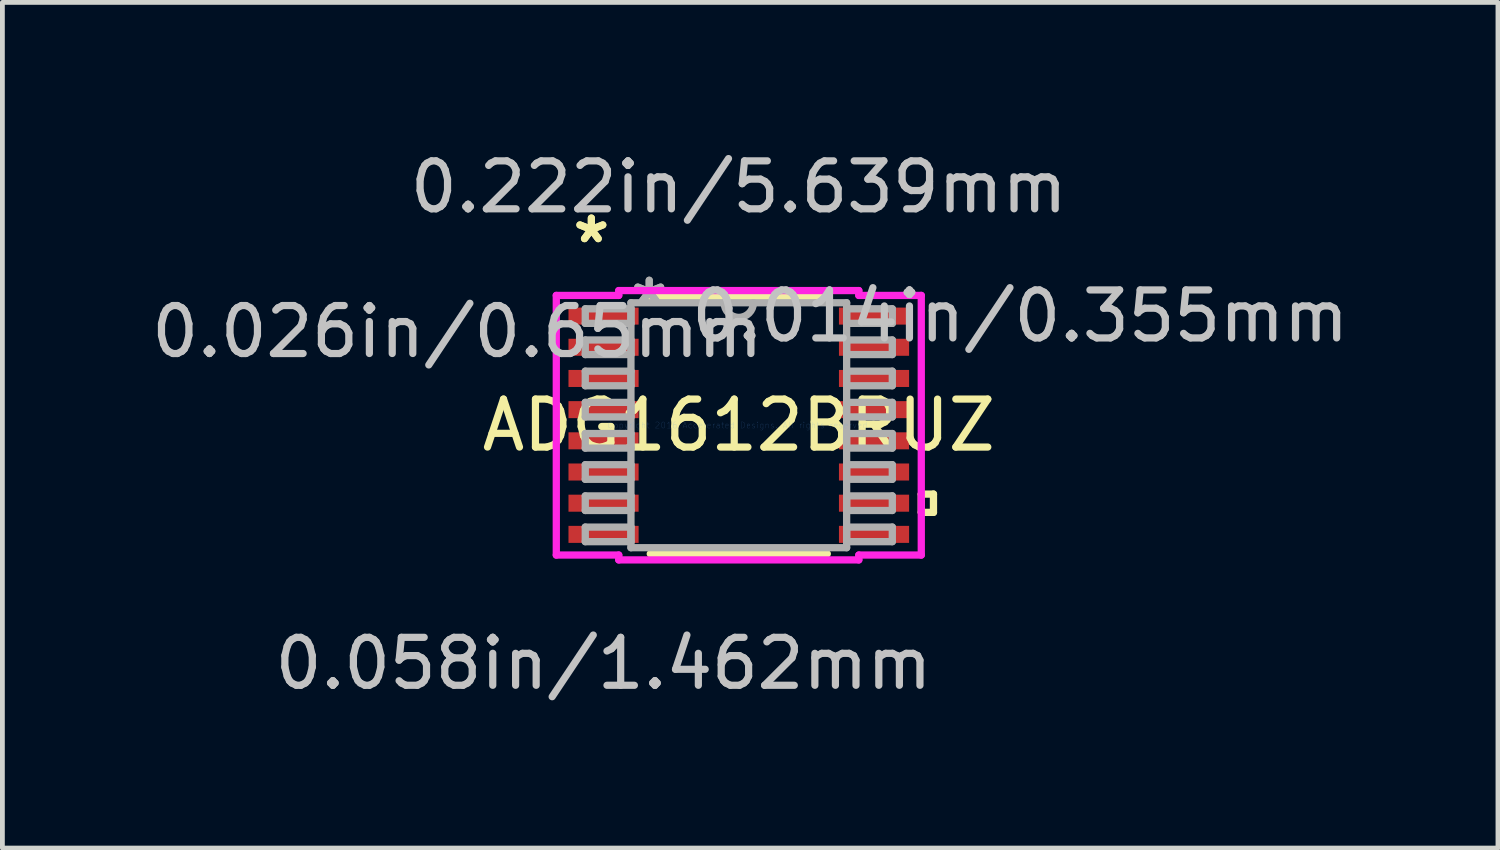
<source format=kicad_pcb>
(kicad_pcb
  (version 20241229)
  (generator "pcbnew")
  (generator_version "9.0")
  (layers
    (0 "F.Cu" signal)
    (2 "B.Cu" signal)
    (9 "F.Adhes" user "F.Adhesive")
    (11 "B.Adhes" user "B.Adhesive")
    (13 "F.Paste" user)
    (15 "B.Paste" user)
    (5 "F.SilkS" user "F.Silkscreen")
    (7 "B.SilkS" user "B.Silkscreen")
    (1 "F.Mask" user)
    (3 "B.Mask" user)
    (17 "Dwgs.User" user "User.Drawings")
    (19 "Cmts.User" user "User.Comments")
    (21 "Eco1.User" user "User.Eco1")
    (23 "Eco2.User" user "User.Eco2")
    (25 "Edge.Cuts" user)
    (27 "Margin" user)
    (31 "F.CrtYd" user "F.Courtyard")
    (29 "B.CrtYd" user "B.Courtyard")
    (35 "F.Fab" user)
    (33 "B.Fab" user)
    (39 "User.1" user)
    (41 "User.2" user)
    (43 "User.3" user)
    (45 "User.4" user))
  (footprint "ADG1612BRUZ"
    (layer "F.Cu")
    (at 12.35 5.814)
    (property "Reference" "ADG1612BRUZ" (at 0 0 0) (layer "F.SilkS") (effects (font (size 1 1) (thickness 0.15))))
    (attr through_hole)
    (fp_line (start -1.845 2.68) (end 1.845 2.68) (stroke (width 0.152) (type solid)) (layer "F.SilkS"))
    (fp_line (start 1.845 -2.68) (end -1.845 -2.68) (stroke (width 0.152) (type solid)) (layer "F.SilkS"))
    (fp_line (start 3.804 1.435) (end 4.058 1.435) (stroke (width 0.152) (type solid)) (layer "F.SilkS"))
    (fp_line (start 3.804 1.816) (end 3.804 1.435) (stroke (width 0.152) (type solid)) (layer "F.SilkS"))
    (fp_line (start 4.058 1.435) (end 4.058 1.816) (stroke (width 0.152) (type solid)) (layer "F.SilkS"))
    (fp_line (start 4.058 1.816) (end 3.804 1.816) (stroke (width 0.152) (type solid)) (layer "F.SilkS"))
    (fp_line (start -3.804 -2.706) (end -2.502 -2.706) (stroke (width 0.152) (type solid)) (layer "F.CrtYd"))
    (fp_line (start -3.804 2.706) (end -3.804 -2.706) (stroke (width 0.152) (type solid)) (layer "F.CrtYd"))
    (fp_line (start -2.502 -2.807) (end 2.502 -2.807) (stroke (width 0.152) (type solid)) (layer "F.CrtYd"))
    (fp_line (start -2.502 -2.706) (end -2.502 -2.807) (stroke (width 0.152) (type solid)) (layer "F.CrtYd"))
    (fp_line (start -2.502 2.706) (end -3.804 2.706) (stroke (width 0.152) (type solid)) (layer "F.CrtYd"))
    (fp_line (start -2.502 2.807) (end -2.502 2.706) (stroke (width 0.152) (type solid)) (layer "F.CrtYd"))
    (fp_line (start 2.502 -2.807) (end 2.502 -2.706) (stroke (width 0.152) (type solid)) (layer "F.CrtYd"))
    (fp_line (start 2.502 -2.706) (end 3.804 -2.706) (stroke (width 0.152) (type solid)) (layer "F.CrtYd"))
    (fp_line (start 2.502 2.706) (end 2.502 2.807) (stroke (width 0.152) (type solid)) (layer "F.CrtYd"))
    (fp_line (start 2.502 2.807) (end -2.502 2.807) (stroke (width 0.152) (type solid)) (layer "F.CrtYd"))
    (fp_line (start 3.804 -2.706) (end 3.804 2.706) (stroke (width 0.152) (type solid)) (layer "F.CrtYd"))
    (fp_line (start 3.804 2.706) (end 2.502 2.706) (stroke (width 0.152) (type solid)) (layer "F.CrtYd"))
    (fp_line (start -3.2 -2.427) (end -3.2 -2.123) (stroke (width 0.152) (type solid)) (layer "F.Fab"))
    (fp_line (start -3.2 -2.123) (end -2.248 -2.123) (stroke (width 0.152) (type solid)) (layer "F.Fab"))
    (fp_line (start -3.2 -1.777) (end -3.2 -1.473) (stroke (width 0.152) (type solid)) (layer "F.Fab"))
    (fp_line (start -3.2 -1.473) (end -2.248 -1.473) (stroke (width 0.152) (type solid)) (layer "F.Fab"))
    (fp_line (start -3.2 -1.127) (end -3.2 -0.823) (stroke (width 0.152) (type solid)) (layer "F.Fab"))
    (fp_line (start -3.2 -0.823) (end -2.248 -0.823) (stroke (width 0.152) (type solid)) (layer "F.Fab"))
    (fp_line (start -3.2 -0.477) (end -3.2 -0.173) (stroke (width 0.152) (type solid)) (layer "F.Fab"))
    (fp_line (start -3.2 -0.173) (end -2.248 -0.173) (stroke (width 0.152) (type solid)) (layer "F.Fab"))
    (fp_line (start -3.2 0.173) (end -3.2 0.477) (stroke (width 0.152) (type solid)) (layer "F.Fab"))
    (fp_line (start -3.2 0.477) (end -2.248 0.477) (stroke (width 0.152) (type solid)) (layer "F.Fab"))
    (fp_line (start -3.2 0.823) (end -3.2 1.127) (stroke (width 0.152) (type solid)) (layer "F.Fab"))
    (fp_line (start -3.2 1.127) (end -2.248 1.127) (stroke (width 0.152) (type solid)) (layer "F.Fab"))
    (fp_line (start -3.2 1.473) (end -3.2 1.777) (stroke (width 0.152) (type solid)) (layer "F.Fab"))
    (fp_line (start -3.2 1.777) (end -2.248 1.777) (stroke (width 0.152) (type solid)) (layer "F.Fab"))
    (fp_line (start -3.2 2.123) (end -3.2 2.427) (stroke (width 0.152) (type solid)) (layer "F.Fab"))
    (fp_line (start -3.2 2.427) (end -2.248 2.427) (stroke (width 0.152) (type solid)) (layer "F.Fab"))
    (fp_line (start -2.248 -2.553) (end -2.248 2.553) (stroke (width 0.152) (type solid)) (layer "F.Fab"))
    (fp_line (start -2.248 -2.427) (end -3.2 -2.427) (stroke (width 0.152) (type solid)) (layer "F.Fab"))
    (fp_line (start -2.248 -2.123) (end -2.248 -2.427) (stroke (width 0.152) (type solid)) (layer "F.Fab"))
    (fp_line (start -2.248 -1.777) (end -3.2 -1.777) (stroke (width 0.152) (type solid)) (layer "F.Fab"))
    (fp_line (start -2.248 -1.473) (end -2.248 -1.777) (stroke (width 0.152) (type solid)) (layer "F.Fab"))
    (fp_line (start -2.248 -1.127) (end -3.2 -1.127) (stroke (width 0.152) (type solid)) (layer "F.Fab"))
    (fp_line (start -2.248 -0.823) (end -2.248 -1.127) (stroke (width 0.152) (type solid)) (layer "F.Fab"))
    (fp_line (start -2.248 -0.477) (end -3.2 -0.477) (stroke (width 0.152) (type solid)) (layer "F.Fab"))
    (fp_line (start -2.248 -0.173) (end -2.248 -0.477) (stroke (width 0.152) (type solid)) (layer "F.Fab"))
    (fp_line (start -2.248 0.173) (end -3.2 0.173) (stroke (width 0.152) (type solid)) (layer "F.Fab"))
    (fp_line (start -2.248 0.477) (end -2.248 0.173) (stroke (width 0.152) (type solid)) (layer "F.Fab"))
    (fp_line (start -2.248 0.823) (end -3.2 0.823) (stroke (width 0.152) (type solid)) (layer "F.Fab"))
    (fp_line (start -2.248 1.127) (end -2.248 0.823) (stroke (width 0.152) (type solid)) (layer "F.Fab"))
    (fp_line (start -2.248 1.473) (end -3.2 1.473) (stroke (width 0.152) (type solid)) (layer "F.Fab"))
    (fp_line (start -2.248 1.777) (end -2.248 1.473) (stroke (width 0.152) (type solid)) (layer "F.Fab"))
    (fp_line (start -2.248 2.123) (end -3.2 2.123) (stroke (width 0.152) (type solid)) (layer "F.Fab"))
    (fp_line (start -2.248 2.427) (end -2.248 2.123) (stroke (width 0.152) (type solid)) (layer "F.Fab"))
    (fp_line (start -2.248 2.553) (end 2.248 2.553) (stroke (width 0.152) (type solid)) (layer "F.Fab"))
    (fp_line (start 2.248 -2.553) (end -2.248 -2.553) (stroke (width 0.152) (type solid)) (layer "F.Fab"))
    (fp_line (start 2.248 -2.427) (end 2.248 -2.123) (stroke (width 0.152) (type solid)) (layer "F.Fab"))
    (fp_line (start 2.248 -2.123) (end 3.2 -2.123) (stroke (width 0.152) (type solid)) (layer "F.Fab"))
    (fp_line (start 2.248 -1.777) (end 2.248 -1.473) (stroke (width 0.152) (type solid)) (layer "F.Fab"))
    (fp_line (start 2.248 -1.473) (end 3.2 -1.473) (stroke (width 0.152) (type solid)) (layer "F.Fab"))
    (fp_line (start 2.248 -1.127) (end 2.248 -0.823) (stroke (width 0.152) (type solid)) (layer "F.Fab"))
    (fp_line (start 2.248 -0.823) (end 3.2 -0.823) (stroke (width 0.152) (type solid)) (layer "F.Fab"))
    (fp_line (start 2.248 -0.477) (end 2.248 -0.173) (stroke (width 0.152) (type solid)) (layer "F.Fab"))
    (fp_line (start 2.248 -0.173) (end 3.2 -0.173) (stroke (width 0.152) (type solid)) (layer "F.Fab"))
    (fp_line (start 2.248 0.173) (end 2.248 0.477) (stroke (width 0.152) (type solid)) (layer "F.Fab"))
    (fp_line (start 2.248 0.477) (end 3.2 0.477) (stroke (width 0.152) (type solid)) (layer "F.Fab"))
    (fp_line (start 2.248 0.823) (end 2.248 1.127) (stroke (width 0.152) (type solid)) (layer "F.Fab"))
    (fp_line (start 2.248 1.127) (end 3.2 1.127) (stroke (width 0.152) (type solid)) (layer "F.Fab"))
    (fp_line (start 2.248 1.473) (end 2.248 1.777) (stroke (width 0.152) (type solid)) (layer "F.Fab"))
    (fp_line (start 2.248 1.777) (end 3.2 1.777) (stroke (width 0.152) (type solid)) (layer "F.Fab"))
    (fp_line (start 2.248 2.123) (end 2.248 2.427) (stroke (width 0.152) (type solid)) (layer "F.Fab"))
    (fp_line (start 2.248 2.427) (end 3.2 2.427) (stroke (width 0.152) (type solid)) (layer "F.Fab"))
    (fp_line (start 2.248 2.553) (end 2.248 -2.553) (stroke (width 0.152) (type solid)) (layer "F.Fab"))
    (fp_line (start 3.2 -2.427) (end 2.248 -2.427) (stroke (width 0.152) (type solid)) (layer "F.Fab"))
    (fp_line (start 3.2 -2.123) (end 3.2 -2.427) (stroke (width 0.152) (type solid)) (layer "F.Fab"))
    (fp_line (start 3.2 -1.777) (end 2.248 -1.777) (stroke (width 0.152) (type solid)) (layer "F.Fab"))
    (fp_line (start 3.2 -1.473) (end 3.2 -1.777) (stroke (width 0.152) (type solid)) (layer "F.Fab"))
    (fp_line (start 3.2 -1.127) (end 2.248 -1.127) (stroke (width 0.152) (type solid)) (layer "F.Fab"))
    (fp_line (start 3.2 -0.823) (end 3.2 -1.127) (stroke (width 0.152) (type solid)) (layer "F.Fab"))
    (fp_line (start 3.2 -0.477) (end 2.248 -0.477) (stroke (width 0.152) (type solid)) (layer "F.Fab"))
    (fp_line (start 3.2 -0.173) (end 3.2 -0.477) (stroke (width 0.152) (type solid)) (layer "F.Fab"))
    (fp_line (start 3.2 0.173) (end 2.248 0.173) (stroke (width 0.152) (type solid)) (layer "F.Fab"))
    (fp_line (start 3.2 0.477) (end 3.2 0.173) (stroke (width 0.152) (type solid)) (layer "F.Fab"))
    (fp_line (start 3.2 0.823) (end 2.248 0.823) (stroke (width 0.152) (type solid)) (layer "F.Fab"))
    (fp_line (start 3.2 1.127) (end 3.2 0.823) (stroke (width 0.152) (type solid)) (layer "F.Fab"))
    (fp_line (start 3.2 1.473) (end 2.248 1.473) (stroke (width 0.152) (type solid)) (layer "F.Fab"))
    (fp_line (start 3.2 1.777) (end 3.2 1.473) (stroke (width 0.152) (type solid)) (layer "F.Fab"))
    (fp_line (start 3.2 2.123) (end 2.248 2.123) (stroke (width 0.152) (type solid)) (layer "F.Fab"))
    (fp_line (start 3.2 2.427) (end 3.2 2.123) (stroke (width 0.152) (type solid)) (layer "F.Fab"))
    (fp_arc (start 0.3048 -2.5527) (mid 0 -2.2479) (end -0.3048 -2.5527) (stroke (width 0.1524) (type solid)) (layer "F.Fab"))
    (fp_text user "*" (at -3.073 -3.773 0) (layer "F.SilkS") (effects (font (size 1 1) (thickness 0.15))))
    (fp_text user "*" (at -3.073 -3.773 0) (layer "F.SilkS") (effects (font (size 1 1) (thickness 0.15))))
    (fp_text user "0.222in/5.639mm" (at 0 -4.966 0) (layer "Dwgs.User") (effects (font (size 1 1) (thickness 0.15))))
    (fp_text user "0.014in/0.355mm" (at 5.867 -2.275 0) (layer "Dwgs.User") (effects (font (size 1 1) (thickness 0.15))))
    (fp_text user "0.026in/0.65mm" (at -5.867 -1.95 0) (layer "Dwgs.User") (effects (font (size 1 1) (thickness 0.15))))
    (fp_text user "0.058in/1.462mm" (at -2.819 4.966 0) (layer "Dwgs.User") (effects (font (size 1 1) (thickness 0.15))))
    (fp_text user "Copyright 2016 Accelerated Designs. All rights reserved." (at 0 0 0) (layer "Cmts.User") (effects (font (size 0.127 0.127) (thickness 0.002))))
    (fp_text user "*" (at -1.867 -2.477 0) (layer "F.Fab") (effects (font (size 1 1) (thickness 0.15))))
    (fp_text user "*" (at -1.867 -2.477 0) (layer "F.Fab") (effects (font (size 1 1) (thickness 0.15))))
    (pad "1" smd rect (at -2.819 -2.275) (size 1.462 0.355) (layers "F.Cu" "F.Mask" "F.Paste"))
    (pad "2" smd rect (at -2.819 -1.625) (size 1.462 0.355) (layers "F.Cu" "F.Mask" "F.Paste"))
    (pad "3" smd rect (at -2.819 -0.975) (size 1.462 0.355) (layers "F.Cu" "F.Mask" "F.Paste"))
    (pad "4" smd rect (at -2.819 -0.325) (size 1.462 0.355) (layers "F.Cu" "F.Mask" "F.Paste"))
    (pad "5" smd rect (at -2.819 0.325) (size 1.462 0.355) (layers "F.Cu" "F.Mask" "F.Paste"))
    (pad "6" smd rect (at -2.819 0.975) (size 1.462 0.355) (layers "F.Cu" "F.Mask" "F.Paste"))
    (pad "7" smd rect (at -2.819 1.625) (size 1.462 0.355) (layers "F.Cu" "F.Mask" "F.Paste"))
    (pad "8" smd rect (at -2.819 2.275) (size 1.462 0.355) (layers "F.Cu" "F.Mask" "F.Paste"))
    (pad "9" smd rect (at 2.819 2.275) (size 1.462 0.355) (layers "F.Cu" "F.Mask" "F.Paste"))
    (pad "10" smd rect (at 2.819 1.625) (size 1.462 0.355) (layers "F.Cu" "F.Mask" "F.Paste"))
    (pad "11" smd rect (at 2.819 0.975) (size 1.462 0.355) (layers "F.Cu" "F.Mask" "F.Paste"))
    (pad "12" smd rect (at 2.819 0.325) (size 1.462 0.355) (layers "F.Cu" "F.Mask" "F.Paste"))
    (pad "13" smd rect (at 2.819 -0.325) (size 1.462 0.355) (layers "F.Cu" "F.Mask" "F.Paste"))
    (pad "14" smd rect (at 2.819 -0.975) (size 1.462 0.355) (layers "F.Cu" "F.Mask" "F.Paste"))
    (pad "15" smd rect (at 2.819 -1.625) (size 1.462 0.355) (layers "F.Cu" "F.Mask" "F.Paste"))
    (pad "16" smd rect (at 2.819 -2.275) (size 1.462 0.355) (layers "F.Cu" "F.Mask" "F.Paste")))
  (gr_rect
    (start -3 -3)
    (end 28.175 14.628)
    (stroke (width 0.1) (type default))
    (fill no)
    (layer "Edge.Cuts")))
</source>
